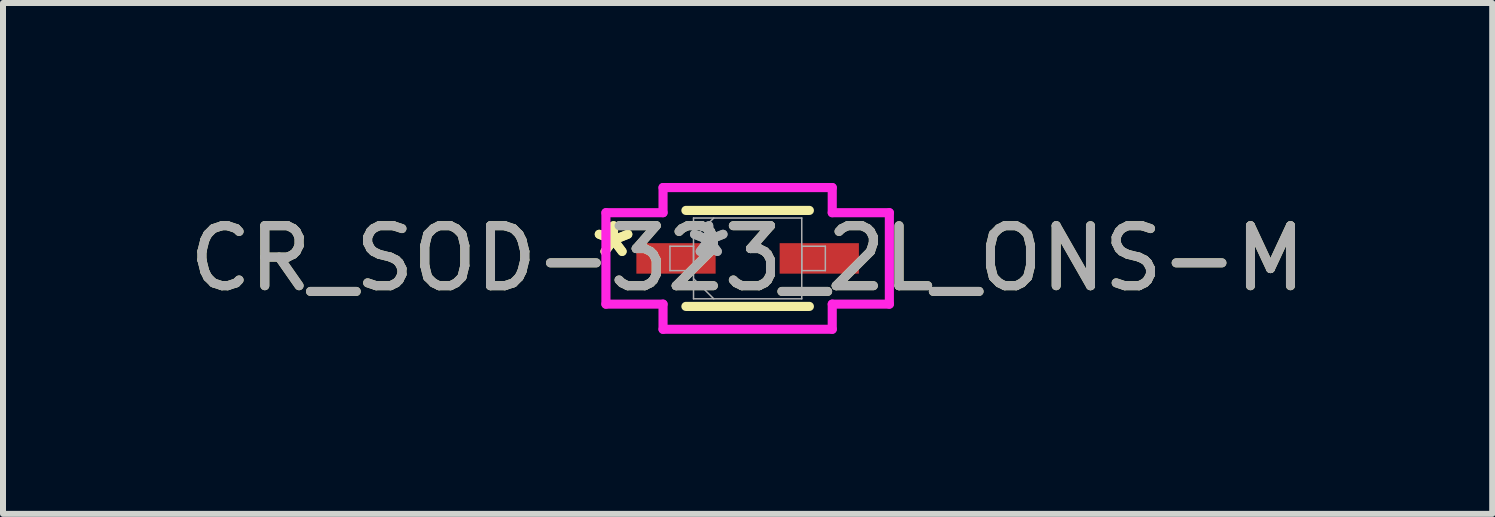
<source format=kicad_pcb>
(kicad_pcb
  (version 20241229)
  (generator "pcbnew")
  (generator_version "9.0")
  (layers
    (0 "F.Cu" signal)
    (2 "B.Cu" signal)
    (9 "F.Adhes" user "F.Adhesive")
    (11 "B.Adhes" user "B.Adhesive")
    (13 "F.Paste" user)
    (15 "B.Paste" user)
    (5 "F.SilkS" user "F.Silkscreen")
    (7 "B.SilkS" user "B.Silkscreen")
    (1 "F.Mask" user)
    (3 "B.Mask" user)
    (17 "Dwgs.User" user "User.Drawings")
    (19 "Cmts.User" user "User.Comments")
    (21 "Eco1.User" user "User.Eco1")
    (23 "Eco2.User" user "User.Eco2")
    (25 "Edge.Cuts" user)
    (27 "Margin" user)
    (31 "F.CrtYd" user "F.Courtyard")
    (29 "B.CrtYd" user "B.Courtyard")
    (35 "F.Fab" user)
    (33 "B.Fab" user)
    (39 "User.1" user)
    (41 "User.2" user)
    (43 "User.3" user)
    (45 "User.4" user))
  (footprint "CR_SOD-323_2L_ONS-M"
    (layer "F.Cu")
    (at 9.411 1.257)
    (property "Reference" "CR_SOD-323_2L_ONS-M" (at 0 0 0) (unlocked yes) (layer "F.SilkS") (effects (font (size 1 1) (thickness 0.15))))
    (attr smd)
    (fp_line (start -1.029 0.8) (end 1.029 0.8) (stroke (width 0.152) (type solid)) (layer "F.SilkS"))
    (fp_line (start 1.029 -0.8) (end -1.029 -0.8) (stroke (width 0.152) (type solid)) (layer "F.SilkS"))
    (fp_line (start -2.362 -0.762) (end -1.41 -0.762) (stroke (width 0.152) (type solid)) (layer "F.CrtYd"))
    (fp_line (start -2.362 0.762) (end -2.362 -0.762) (stroke (width 0.152) (type solid)) (layer "F.CrtYd"))
    (fp_line (start -1.41 -1.181) (end 1.41 -1.181) (stroke (width 0.152) (type solid)) (layer "F.CrtYd"))
    (fp_line (start -1.41 -0.762) (end -1.41 -1.181) (stroke (width 0.152) (type solid)) (layer "F.CrtYd"))
    (fp_line (start -1.41 0.762) (end -2.362 0.762) (stroke (width 0.152) (type solid)) (layer "F.CrtYd"))
    (fp_line (start -1.41 1.181) (end -1.41 0.762) (stroke (width 0.152) (type solid)) (layer "F.CrtYd"))
    (fp_line (start 1.41 -1.181) (end 1.41 -0.762) (stroke (width 0.152) (type solid)) (layer "F.CrtYd"))
    (fp_line (start 1.41 -0.762) (end 2.362 -0.762) (stroke (width 0.152) (type solid)) (layer "F.CrtYd"))
    (fp_line (start 1.41 0.762) (end 1.41 1.181) (stroke (width 0.152) (type solid)) (layer "F.CrtYd"))
    (fp_line (start 1.41 1.181) (end -1.41 1.181) (stroke (width 0.152) (type solid)) (layer "F.CrtYd"))
    (fp_line (start 2.362 -0.762) (end 2.362 0.762) (stroke (width 0.152) (type solid)) (layer "F.CrtYd"))
    (fp_line (start 2.362 0.762) (end 1.41 0.762) (stroke (width 0.152) (type solid)) (layer "F.CrtYd"))
    (fp_line (start -1.295 -0.203) (end -1.295 0.203) (stroke (width 0.025) (type solid)) (layer "F.Fab"))
    (fp_line (start -1.295 0.203) (end -0.902 0.203) (stroke (width 0.025) (type solid)) (layer "F.Fab"))
    (fp_line (start -0.902 -0.673) (end -0.902 0.673) (stroke (width 0.025) (type solid)) (layer "F.Fab"))
    (fp_line (start -0.902 -0.337) (end -0.565 -0.673) (stroke (width 0.025) (type solid)) (layer "F.Fab"))
    (fp_line (start -0.902 -0.203) (end -1.295 -0.203) (stroke (width 0.025) (type solid)) (layer "F.Fab"))
    (fp_line (start -0.902 0.203) (end -0.902 -0.203) (stroke (width 0.025) (type solid)) (layer "F.Fab"))
    (fp_line (start -0.902 0.337) (end -0.565 0.673) (stroke (width 0.025) (type solid)) (layer "F.Fab"))
    (fp_line (start -0.902 0.673) (end 0.902 0.673) (stroke (width 0.025) (type solid)) (layer "F.Fab"))
    (fp_line (start 0.902 -0.673) (end -0.902 -0.673) (stroke (width 0.025) (type solid)) (layer "F.Fab"))
    (fp_line (start 0.902 -0.203) (end 0.902 0.203) (stroke (width 0.025) (type solid)) (layer "F.Fab"))
    (fp_line (start 0.902 0.203) (end 1.295 0.203) (stroke (width 0.025) (type solid)) (layer "F.Fab"))
    (fp_line (start 0.902 0.673) (end 0.902 -0.673) (stroke (width 0.025) (type solid)) (layer "F.Fab"))
    (fp_line (start 1.295 -0.203) (end 0.902 -0.203) (stroke (width 0.025) (type solid)) (layer "F.Fab"))
    (fp_line (start 1.295 0.203) (end 1.295 -0.203) (stroke (width 0.025) (type solid)) (layer "F.Fab"))
    (fp_text user "*" (at -2.235 0 0) (layer "F.SilkS") (effects (font (size 1 1) (thickness 0.15))))
    (fp_text user "*" (at -2.235 0 0) (unlocked yes) (layer "F.SilkS") (effects (font (size 1 1) (thickness 0.15))))
    (fp_text user "${REFERENCE}" (at 0 0 0) (unlocked yes) (layer "F.Fab") (effects (font (size 1 1) (thickness 0.15))))
    (fp_text user "*" (at -0.648 0 0) (unlocked yes) (layer "F.Fab") (effects (font (size 1 1) (thickness 0.15))))
    (fp_text user "*" (at -0.648 0 0) (layer "F.Fab") (effects (font (size 1 1) (thickness 0.15))))
    (pad "1" smd rect (at -1.194 0) (size 1.321 0.508) (layers "F.Cu" "F.Mask" "F.Paste"))
    (pad "2" smd rect (at 1.194 0) (size 1.321 0.508) (layers "F.Cu" "F.Mask" "F.Paste")))
  (gr_rect
    (start -3 -3)
    (end 21.821 5.515)
    (stroke (width 0.1) (type default))
    (fill no)
    (layer "Edge.Cuts")))
</source>
